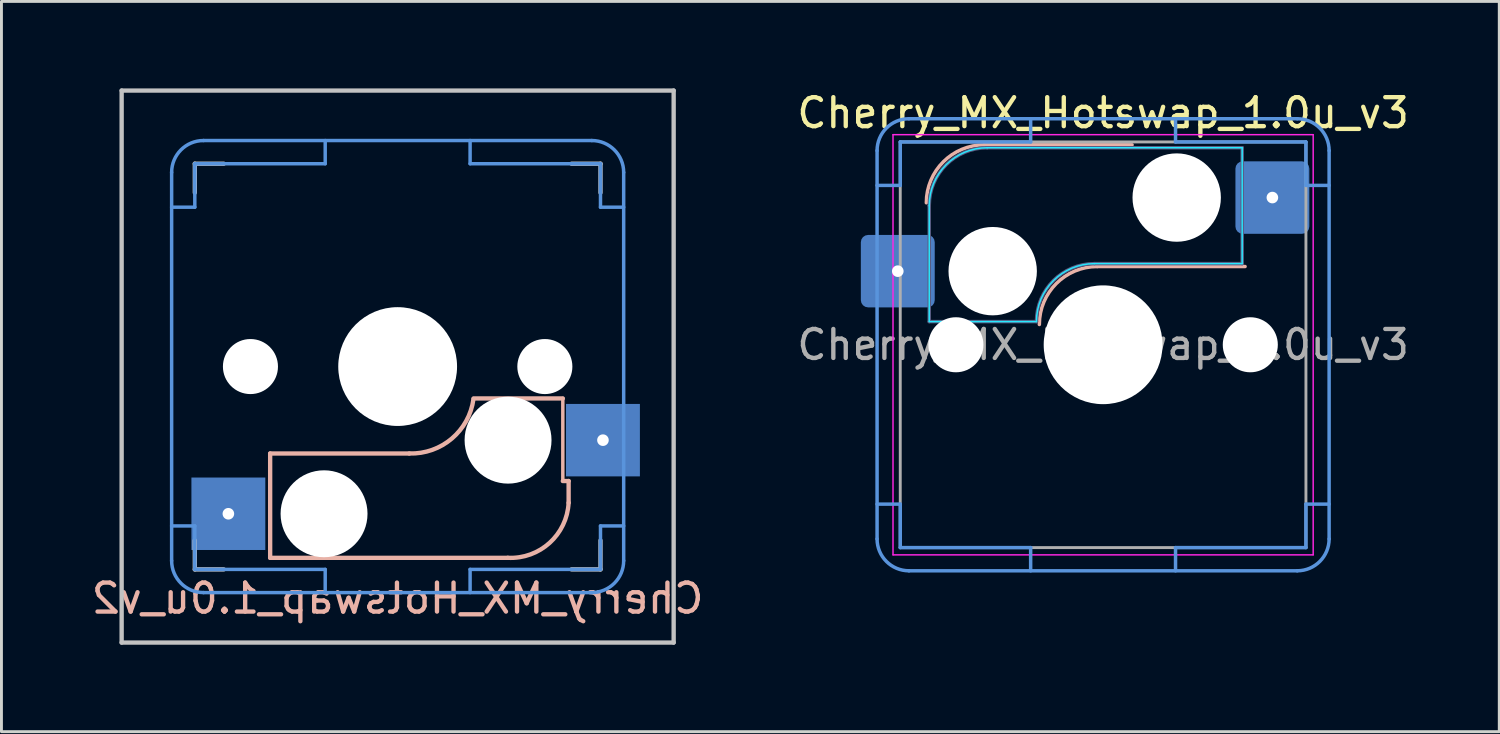
<source format=kicad_pcb>
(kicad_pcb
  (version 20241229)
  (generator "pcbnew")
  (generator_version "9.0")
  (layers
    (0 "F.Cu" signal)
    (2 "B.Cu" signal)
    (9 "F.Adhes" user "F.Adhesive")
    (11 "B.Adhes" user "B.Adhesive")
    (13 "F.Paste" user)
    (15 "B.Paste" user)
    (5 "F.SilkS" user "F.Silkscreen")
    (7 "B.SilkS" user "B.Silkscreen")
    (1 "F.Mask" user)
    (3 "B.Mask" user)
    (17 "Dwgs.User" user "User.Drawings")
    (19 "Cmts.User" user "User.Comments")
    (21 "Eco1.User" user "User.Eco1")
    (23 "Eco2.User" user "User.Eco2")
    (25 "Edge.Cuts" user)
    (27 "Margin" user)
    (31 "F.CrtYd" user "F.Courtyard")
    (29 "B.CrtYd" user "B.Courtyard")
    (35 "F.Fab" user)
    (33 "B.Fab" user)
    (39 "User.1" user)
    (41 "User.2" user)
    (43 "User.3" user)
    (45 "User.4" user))
  (footprint "Cherry_MX_Hotswap_1.0u_v2"
    (layer "F.Cu")
    (at 10.673 9.6)
    (property "Reference" "Cherry_MX_Hotswap_1.0u_v2" (at 0 8 180) (layer "B.SilkS") (effects (font (size 1 1) (thickness 0.15)) (justify mirror)))
    (attr through_hole)
    (fp_line (start -4.4 3) (end -4.4 6.6) (stroke (width 0.15) (type solid)) (layer "B.SilkS"))
    (fp_line (start -4.4 6.6) (end 3.8 6.6) (stroke (width 0.15) (type solid)) (layer "B.SilkS"))
    (fp_line (start 0.4 3) (end -4.4 3) (stroke (width 0.15) (type solid)) (layer "B.SilkS"))
    (fp_line (start 5.7 1.1) (end 2.62 1.1) (stroke (width 0.15) (type solid)) (layer "B.SilkS"))
    (fp_line (start 5.7 3.95) (end 5.7 1.1) (stroke (width 0.12) (type solid)) (layer "B.SilkS"))
    (fp_line (start 5.9 3.95) (end 5.7 3.95) (stroke (width 0.15) (type solid)) (layer "B.SilkS"))
    (fp_line (start 5.9 4.7) (end 5.9 3.95) (stroke (width 0.15) (type solid)) (layer "B.SilkS"))
    (fp_arc (start 2.616318 1.121471) (mid 1.868709 2.486118) (end 0.4 3) (stroke (width 0.15) (type solid)) (layer "B.SilkS"))
    (fp_arc (start 5.9 4.699999) (mid 5.243504 6.084924) (end 3.800001 6.6) (stroke (width 0.15) (type solid)) (layer "B.SilkS"))
    (fp_line (start -9.525 -9.525) (end 9.525 -9.525) (stroke (width 0.15) (type solid)) (layer "Dwgs.User"))
    (fp_line (start -9.525 9.525) (end -9.525 -9.525) (stroke (width 0.15) (type solid)) (layer "Dwgs.User"))
    (fp_line (start -7 -7) (end -7 -6) (stroke (width 0.15) (type solid)) (layer "Dwgs.User"))
    (fp_line (start -7 7) (end -7 6) (stroke (width 0.15) (type solid)) (layer "Dwgs.User"))
    (fp_line (start -7 7) (end -6 7) (stroke (width 0.15) (type solid)) (layer "Dwgs.User"))
    (fp_line (start -6 -7) (end -7 -7) (stroke (width 0.15) (type solid)) (layer "Dwgs.User"))
    (fp_line (start 7 -7) (end 6 -7) (stroke (width 0.15) (type solid)) (layer "Dwgs.User"))
    (fp_line (start 7 -6) (end 7 -7) (stroke (width 0.15) (type solid)) (layer "Dwgs.User"))
    (fp_line (start 7 6) (end 7 7) (stroke (width 0.15) (type solid)) (layer "Dwgs.User"))
    (fp_line (start 7 7) (end 6 7) (stroke (width 0.15) (type solid)) (layer "Dwgs.User"))
    (fp_line (start 9.525 -9.525) (end 9.525 9.525) (stroke (width 0.15) (type solid)) (layer "Dwgs.User"))
    (fp_line (start 9.525 9.525) (end -9.525 9.525) (stroke (width 0.15) (type solid)) (layer "Dwgs.User"))
    (fp_line (start -7.8 -6.7) (end -7.8 6.7) (stroke (width 0.12) (type solid)) (layer "Cmts.User"))
    (fp_line (start -7 -7) (end -2.5 -7) (stroke (width 0.12) (type solid)) (layer "Cmts.User"))
    (fp_line (start -7 -5.5) (end -7.8 -5.5) (stroke (width 0.12) (type solid)) (layer "Cmts.User"))
    (fp_line (start -7 -5.5) (end -7 -7) (stroke (width 0.12) (type solid)) (layer "Cmts.User"))
    (fp_line (start -7 5.5) (end -7.8 5.5) (stroke (width 0.12) (type solid)) (layer "Cmts.User"))
    (fp_line (start -7 5.5) (end -7 7) (stroke (width 0.12) (type solid)) (layer "Cmts.User"))
    (fp_line (start -7 7) (end -2.5 7) (stroke (width 0.12) (type solid)) (layer "Cmts.User"))
    (fp_line (start -6.7 7.8) (end 6.7 7.8) (stroke (width 0.12) (type solid)) (layer "Cmts.User"))
    (fp_line (start -2.5 -7) (end -2.5 -7.8) (stroke (width 0.12) (type solid)) (layer "Cmts.User"))
    (fp_line (start -2.5 7) (end -2.5 7.8) (stroke (width 0.12) (type solid)) (layer "Cmts.User"))
    (fp_line (start 2.5 -7) (end 2.5 -7.8) (stroke (width 0.12) (type solid)) (layer "Cmts.User"))
    (fp_line (start 2.5 7) (end 2.5 7.8) (stroke (width 0.12) (type solid)) (layer "Cmts.User"))
    (fp_line (start 6.7 -7.8) (end -6.7 -7.8) (stroke (width 0.12) (type solid)) (layer "Cmts.User"))
    (fp_line (start 7 -7) (end 2.5 -7) (stroke (width 0.12) (type solid)) (layer "Cmts.User"))
    (fp_line (start 7 -5.5) (end 7 -7) (stroke (width 0.12) (type solid)) (layer "Cmts.User"))
    (fp_line (start 7 -5.5) (end 7.8 -5.5) (stroke (width 0.12) (type solid)) (layer "Cmts.User"))
    (fp_line (start 7 5.5) (end 7 7) (stroke (width 0.12) (type solid)) (layer "Cmts.User"))
    (fp_line (start 7 5.5) (end 7.8 5.5) (stroke (width 0.12) (type solid)) (layer "Cmts.User"))
    (fp_line (start 7 7) (end 2.5 7) (stroke (width 0.12) (type solid)) (layer "Cmts.User"))
    (fp_line (start 7.8 6.7) (end 7.8 -6.7) (stroke (width 0.12) (type solid)) (layer "Cmts.User"))
    (fp_arc (start -7.8 -6.7) (mid -7.477817 -7.477817) (end -6.7 -7.8) (stroke (width 0.12) (type solid)) (layer "Cmts.User"))
    (fp_arc (start -6.7 7.8) (mid -7.477817 7.477817) (end -7.8 6.7) (stroke (width 0.12) (type solid)) (layer "Cmts.User"))
    (fp_arc (start 6.7 -7.8) (mid 7.477817 -7.477817) (end 7.8 -6.7) (stroke (width 0.12) (type solid)) (layer "Cmts.User"))
    (fp_arc (start 7.8 6.7) (mid 7.477817 7.477817) (end 6.7 7.8) (stroke (width 0.12) (type solid)) (layer "Cmts.User"))
    (pad "" np_thru_hole circle (at -5.08 0 180) (size 1.9 1.9) (drill 1.9) (layers "*.Cu" "*.Mask"))
    (pad "" np_thru_hole circle (at -2.54 5.08 180) (size 3 3) (drill 3) (layers "*.Cu" "*.Mask"))
    (pad "" np_thru_hole circle (at 0 0 270) (size 4.1 4.1) (drill 4.1) (layers "*.Cu" "*.Mask"))
    (pad "" np_thru_hole circle (at 3.81 2.54 180) (size 3 3) (drill 3) (layers "*.Cu" "*.Mask"))
    (pad "" np_thru_hole circle (at 5.08 0 180) (size 1.9 1.9) (drill 1.9) (layers "*.Cu" "*.Mask"))
    (pad "1" thru_hole circle (at 7.085 2.54) (size 1 1) (drill 0.4) (layers "*.Cu" "*.Mask"))
    (pad "1" smd rect (at 7.085 2.54) (size 2.55 2.5) (layers "B.Cu" "B.Mask" "B.Paste"))
    (pad "2" thru_hole circle (at -5.842 5.08) (size 1 1) (drill 0.4) (layers "*.Cu" "*.Mask"))
    (pad "2" smd rect (at -5.842 5.08) (size 2.55 2.5) (layers "B.Cu" "B.Mask" "B.Paste")))
  (footprint "Cherry_MX_Hotswap_1.0u_v3"
    (layer "F.Cu")
    (at 35.018 8.848)
    (property "Reference" "Cherry_MX_Hotswap_1.0u_v3" (at 0 -8 0) (layer "F.SilkS") (effects (font (size 1 1) (thickness 0.15))))
    (attr smd)
    (fp_line (start -4.1 -6.9) (end 1 -6.9) (stroke (width 0.12) (type solid)) (layer "B.SilkS"))
    (fp_line (start -0.2 -2.7) (end 4.9 -2.7) (stroke (width 0.12) (type solid)) (layer "B.SilkS"))
    (fp_arc (start -6.1 -4.9) (mid -5.514214 -6.314214) (end -4.1 -6.9) (stroke (width 0.12) (type solid)) (layer "B.SilkS"))
    (fp_arc (start -2.2 -0.7) (mid -1.614214 -2.114214) (end -0.2 -2.7) (stroke (width 0.12) (type solid)) (layer "B.SilkS"))
    (fp_line (start -7.8 -6.7) (end -7.8 6.7) (stroke (width 0.12) (type solid)) (layer "Cmts.User"))
    (fp_line (start -7 -7) (end -2.5 -7) (stroke (width 0.12) (type solid)) (layer "Cmts.User"))
    (fp_line (start -7 -5.5) (end -7.8 -5.5) (stroke (width 0.12) (type solid)) (layer "Cmts.User"))
    (fp_line (start -7 -5.5) (end -7 -7) (stroke (width 0.12) (type solid)) (layer "Cmts.User"))
    (fp_line (start -7 5.5) (end -7.8 5.5) (stroke (width 0.12) (type solid)) (layer "Cmts.User"))
    (fp_line (start -7 5.5) (end -7 7) (stroke (width 0.12) (type solid)) (layer "Cmts.User"))
    (fp_line (start -7 7) (end -2.5 7) (stroke (width 0.12) (type solid)) (layer "Cmts.User"))
    (fp_line (start -6.7 7.8) (end 6.7 7.8) (stroke (width 0.12) (type solid)) (layer "Cmts.User"))
    (fp_line (start -2.5 -7) (end -2.5 -7.8) (stroke (width 0.12) (type solid)) (layer "Cmts.User"))
    (fp_line (start -2.5 7) (end -2.5 7.8) (stroke (width 0.12) (type solid)) (layer "Cmts.User"))
    (fp_line (start 2.5 -7) (end 2.5 -7.8) (stroke (width 0.12) (type solid)) (layer "Cmts.User"))
    (fp_line (start 2.5 7) (end 2.5 7.8) (stroke (width 0.12) (type solid)) (layer "Cmts.User"))
    (fp_line (start 6.7 -7.8) (end -6.7 -7.8) (stroke (width 0.12) (type solid)) (layer "Cmts.User"))
    (fp_line (start 7 -7) (end 2.5 -7) (stroke (width 0.12) (type solid)) (layer "Cmts.User"))
    (fp_line (start 7 -5.5) (end 7 -7) (stroke (width 0.12) (type solid)) (layer "Cmts.User"))
    (fp_line (start 7 -5.5) (end 7.8 -5.5) (stroke (width 0.12) (type solid)) (layer "Cmts.User"))
    (fp_line (start 7 5.5) (end 7 7) (stroke (width 0.12) (type solid)) (layer "Cmts.User"))
    (fp_line (start 7 5.5) (end 7.8 5.5) (stroke (width 0.12) (type solid)) (layer "Cmts.User"))
    (fp_line (start 7 7) (end 2.5 7) (stroke (width 0.12) (type solid)) (layer "Cmts.User"))
    (fp_line (start 7.8 6.7) (end 7.8 -6.7) (stroke (width 0.12) (type solid)) (layer "Cmts.User"))
    (fp_arc (start -7.8 -6.7) (mid -7.477817 -7.477817) (end -6.7 -7.8) (stroke (width 0.12) (type solid)) (layer "Cmts.User"))
    (fp_arc (start -6.7 7.8) (mid -7.477817 7.477817) (end -7.8 6.7) (stroke (width 0.12) (type solid)) (layer "Cmts.User"))
    (fp_arc (start 6.7 -7.8) (mid 7.477817 -7.477817) (end 7.8 -6.7) (stroke (width 0.12) (type solid)) (layer "Cmts.User"))
    (fp_arc (start 7.8 6.7) (mid 7.477817 7.477817) (end 6.7 7.8) (stroke (width 0.12) (type solid)) (layer "Cmts.User"))
    (fp_line (start -6 -0.8) (end -6 -4.8) (stroke (width 0.05) (type solid)) (layer "B.CrtYd"))
    (fp_line (start -6 -0.8) (end -2.3 -0.8) (stroke (width 0.05) (type solid)) (layer "B.CrtYd"))
    (fp_line (start -4 -6.8) (end 4.8 -6.8) (stroke (width 0.05) (type solid)) (layer "B.CrtYd"))
    (fp_line (start -0.3 -2.8) (end 4.8 -2.8) (stroke (width 0.05) (type solid)) (layer "B.CrtYd"))
    (fp_line (start 4.8 -6.8) (end 4.8 -2.8) (stroke (width 0.05) (type solid)) (layer "B.CrtYd"))
    (fp_arc (start -6 -4.8) (mid -5.414214 -6.214214) (end -4 -6.8) (stroke (width 0.05) (type solid)) (layer "B.CrtYd"))
    (fp_arc (start -2.3 -0.8) (mid -1.714214 -2.214214) (end -0.3 -2.8) (stroke (width 0.05) (type solid)) (layer "B.CrtYd"))
    (fp_line (start -7.25 -7.25) (end -7.25 7.25) (stroke (width 0.05) (type solid)) (layer "F.CrtYd"))
    (fp_line (start -7.25 7.25) (end 7.25 7.25) (stroke (width 0.05) (type solid)) (layer "F.CrtYd"))
    (fp_line (start 7.25 -7.25) (end -7.25 -7.25) (stroke (width 0.05) (type solid)) (layer "F.CrtYd"))
    (fp_line (start 7.25 7.25) (end 7.25 -7.25) (stroke (width 0.05) (type solid)) (layer "F.CrtYd"))
    (fp_line (start -6 -0.8) (end -6 -4.8) (stroke (width 0.12) (type solid)) (layer "B.Fab"))
    (fp_line (start -6 -0.8) (end -2.3 -0.8) (stroke (width 0.12) (type solid)) (layer "B.Fab"))
    (fp_line (start -4 -6.8) (end 4.8 -6.8) (stroke (width 0.12) (type solid)) (layer "B.Fab"))
    (fp_line (start -0.3 -2.8) (end 4.8 -2.8) (stroke (width 0.12) (type solid)) (layer "B.Fab"))
    (fp_line (start 4.8 -6.8) (end 4.8 -2.8) (stroke (width 0.12) (type solid)) (layer "B.Fab"))
    (fp_arc (start -6 -4.8) (mid -5.414214 -6.214214) (end -4 -6.8) (stroke (width 0.12) (type solid)) (layer "B.Fab"))
    (fp_arc (start -2.3 -0.8) (mid -1.714214 -2.214214) (end -0.3 -2.8) (stroke (width 0.12) (type solid)) (layer "B.Fab"))
    (fp_line (start -7 -7) (end -7 7) (stroke (width 0.1) (type solid)) (layer "F.Fab"))
    (fp_line (start -7 7) (end 7 7) (stroke (width 0.1) (type solid)) (layer "F.Fab"))
    (fp_line (start 7 -7) (end -7 -7) (stroke (width 0.1) (type solid)) (layer "F.Fab"))
    (fp_line (start 7 7) (end 7 -7) (stroke (width 0.1) (type solid)) (layer "F.Fab"))
    (fp_text user "${REFERENCE}" (at 0 0 0) (layer "F.Fab") (effects (font (size 1 1) (thickness 0.15))))
    (pad "" np_thru_hole circle (at -5.08 0) (size 1.9 1.9) (drill 1.9) (layers "*.Cu" "*.Mask"))
    (pad "" np_thru_hole circle (at -3.81 -2.54) (size 3.05 3.05) (drill 3.05) (layers "*.Cu" "*.Mask"))
    (pad "" np_thru_hole circle (at 0 0) (size 4.1 4.1) (drill 4.1) (layers "*.Cu" "*.Mask"))
    (pad "" np_thru_hole circle (at 2.54 -5.08) (size 3.05 3.05) (drill 3.05) (layers "*.Cu" "*.Mask"))
    (pad "" np_thru_hole circle (at 5.08 0) (size 1.9 1.9) (drill 1.9) (layers "*.Cu" "*.Mask"))
    (pad "1" thru_hole circle (at -7.085 -2.54 180) (size 1 1) (drill 0.4) (layers "*.Cu" "*.Mask"))
    (pad "1" smd roundrect (at -7.085 -2.54) (size 2.55 2.5) (layers "B.Cu" "B.Mask" "B.Paste") (roundrect_rratio 0.1))
    (pad "2" thru_hole circle (at 5.842 -5.08 180) (size 1 1) (drill 0.4) (layers "*.Cu" "*.Mask"))
    (pad "2" smd roundrect (at 5.842 -5.08) (size 2.55 2.5) (layers "B.Cu" "B.Mask" "B.Paste") (roundrect_rratio 0.1)))
  (gr_rect
    (start -3 -3)
    (end 48.69 22.2)
    (stroke (width 0.1) (type default))
    (fill no)
    (layer "Edge.Cuts")))
</source>
